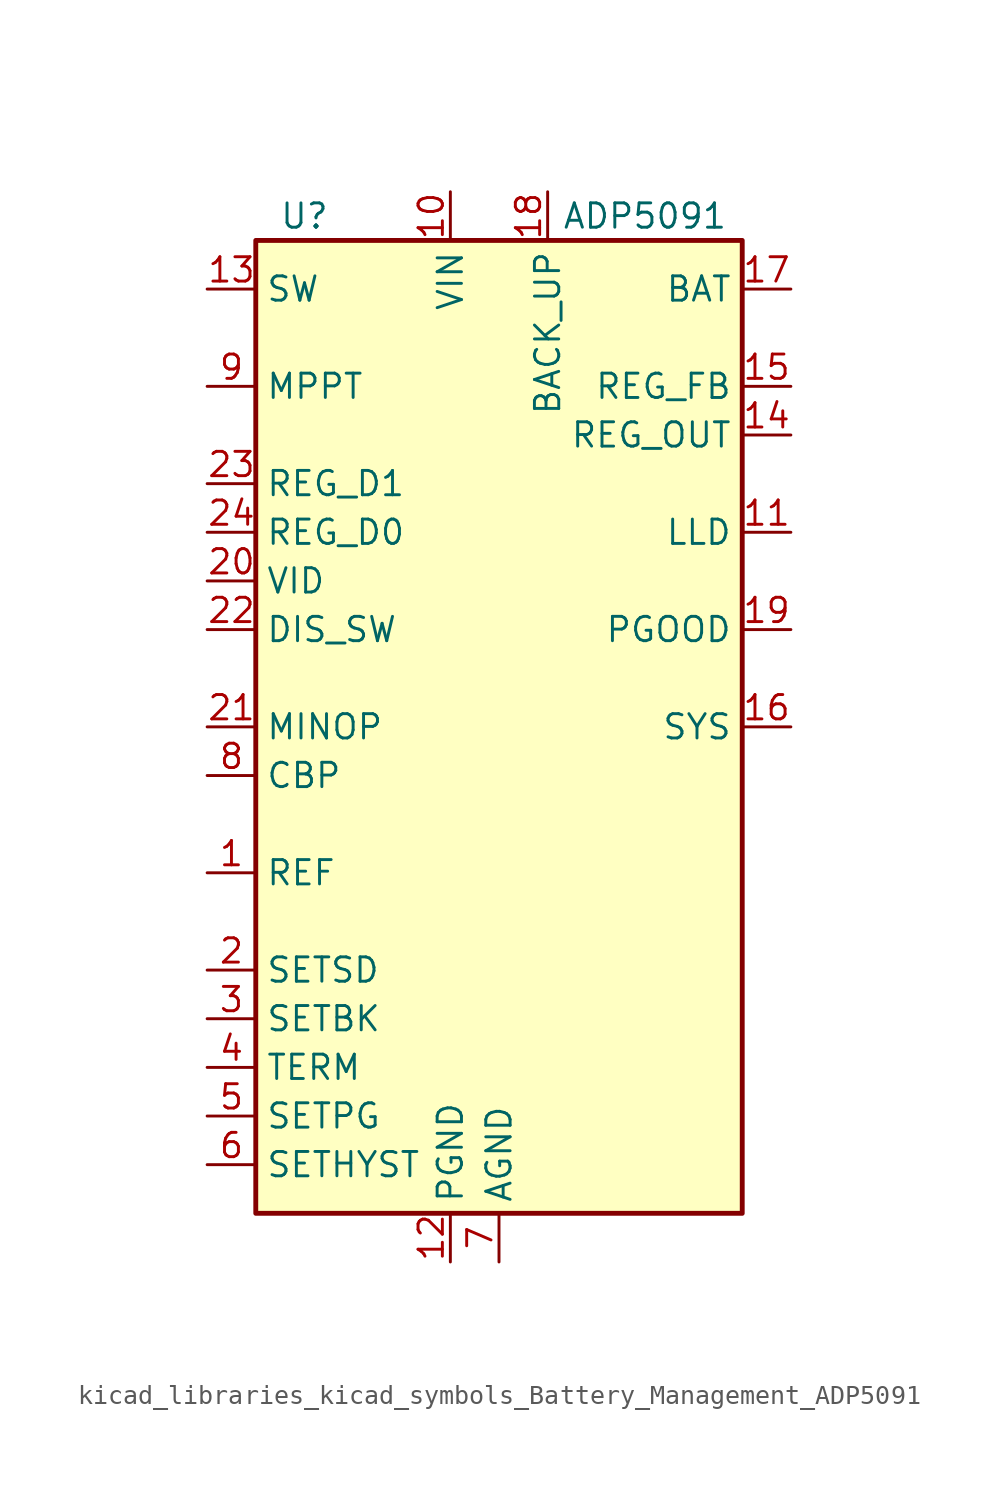
<source format=kicad_sym>
(kicad_symbol_lib
  (version 20220914)
  (generator kicad_symbol_editor)
  (symbol "kicad_libraries_kicad_symbols_Battery_Management_ADP5091"
    (property "Reference" "U"
      (at -10.16 26.67 0)
      (effects (font (size 1.27 1.27))))
    (property "Value" "ADP5091"
      (at 7.62 26.67 0)
      (effects (font (size 1.27 1.27))))
    (symbol "kicad_libraries_kicad_symbols_Battery_Management_ADP5091_0_1"
      (rectangle (start 12.7 25.4) (end -12.7 -25.4) (stroke (width 0.254) (type default)) (fill (type background))))
    (symbol "kicad_libraries_kicad_symbols_Battery_Management_ADP5091_1_1"
      (pin passive line (at -15.24 -7.62 0) (length 2.54) (name "REF" (effects (font (size 1.27 1.27)))) (number "1" (effects (font (size 1.27 1.27)))))
      (pin power_in line (at -2.54 27.94 270) (length 2.54) (name "VIN" (effects (font (size 1.27 1.27)))) (number "10" (effects (font (size 1.27 1.27)))))
      (pin output line (at 15.24 10.16 180) (length 2.54) (name "LLD" (effects (font (size 1.27 1.27)))) (number "11" (effects (font (size 1.27 1.27)))))
      (pin power_in line (at -2.54 -27.94 90) (length 2.54) (name "PGND" (effects (font (size 1.27 1.27)))) (number "12" (effects (font (size 1.27 1.27)))))
      (pin power_in line (at -15.24 22.86 0) (length 2.54) (name "SW" (effects (font (size 1.27 1.27)))) (number "13" (effects (font (size 1.27 1.27)))))
      (pin power_out line (at 15.24 15.24 180) (length 2.54) (name "REG_OUT" (effects (font (size 1.27 1.27)))) (number "14" (effects (font (size 1.27 1.27)))))
      (pin power_out line (at 15.24 17.78 180) (length 2.54) (name "REG_FB" (effects (font (size 1.27 1.27)))) (number "15" (effects (font (size 1.27 1.27)))))
      (pin power_out line (at 15.24 0 180) (length 2.54) (name "SYS" (effects (font (size 1.27 1.27)))) (number "16" (effects (font (size 1.27 1.27)))))
      (pin power_out line (at 15.24 22.86 180) (length 2.54) (name "BAT" (effects (font (size 1.27 1.27)))) (number "17" (effects (font (size 1.27 1.27)))))
      (pin power_in line (at 2.54 27.94 270) (length 2.54) (name "BACK_UP" (effects (font (size 1.27 1.27)))) (number "18" (effects (font (size 1.27 1.27)))))
      (pin output line (at 15.24 5.08 180) (length 2.54) (name "PGOOD" (effects (font (size 1.27 1.27)))) (number "19" (effects (font (size 1.27 1.27)))))
      (pin passive line (at -15.24 -12.7 0) (length 2.54) (name "SETSD" (effects (font (size 1.27 1.27)))) (number "2" (effects (font (size 1.27 1.27)))))
      (pin input line (at -15.24 7.62 0) (length 2.54) (name "VID" (effects (font (size 1.27 1.27)))) (number "20" (effects (font (size 1.27 1.27)))))
      (pin passive line (at -15.24 0 0) (length 2.54) (name "MINOP" (effects (font (size 1.27 1.27)))) (number "21" (effects (font (size 1.27 1.27)))))
      (pin input line (at -15.24 5.08 0) (length 2.54) (name "DIS_SW" (effects (font (size 1.27 1.27)))) (number "22" (effects (font (size 1.27 1.27)))))
      (pin input line (at -15.24 12.7 0) (length 2.54) (name "REG_D1" (effects (font (size 1.27 1.27)))) (number "23" (effects (font (size 1.27 1.27)))))
      (pin input line (at -15.24 10.16 0) (length 2.54) (name "REG_D0" (effects (font (size 1.27 1.27)))) (number "24" (effects (font (size 1.27 1.27)))))
      (pin passive line (at 0 -27.94 90) (length 2.54) hide (name "AGND" (effects (font (size 1.27 1.27)))) (number "25" (effects (font (size 1.27 1.27)))))
      (pin passive line (at -15.24 -15.24 0) (length 2.54) (name "SETBK" (effects (font (size 1.27 1.27)))) (number "3" (effects (font (size 1.27 1.27)))))
      (pin passive line (at -15.24 -17.78 0) (length 2.54) (name "TERM" (effects (font (size 1.27 1.27)))) (number "4" (effects (font (size 1.27 1.27)))))
      (pin passive line (at -15.24 -20.32 0) (length 2.54) (name "SETPG" (effects (font (size 1.27 1.27)))) (number "5" (effects (font (size 1.27 1.27)))))
      (pin passive line (at -15.24 -22.86 0) (length 2.54) (name "SETHYST" (effects (font (size 1.27 1.27)))) (number "6" (effects (font (size 1.27 1.27)))))
      (pin power_in line (at 0 -27.94 90) (length 2.54) (name "AGND" (effects (font (size 1.27 1.27)))) (number "7" (effects (font (size 1.27 1.27)))))
      (pin passive line (at -15.24 -2.54 0) (length 2.54) (name "CBP" (effects (font (size 1.27 1.27)))) (number "8" (effects (font (size 1.27 1.27)))))
      (pin input line (at -15.24 17.78 0) (length 2.54) (name "MPPT" (effects (font (size 1.27 1.27)))) (number "9" (effects (font (size 1.27 1.27))))))))
</source>
